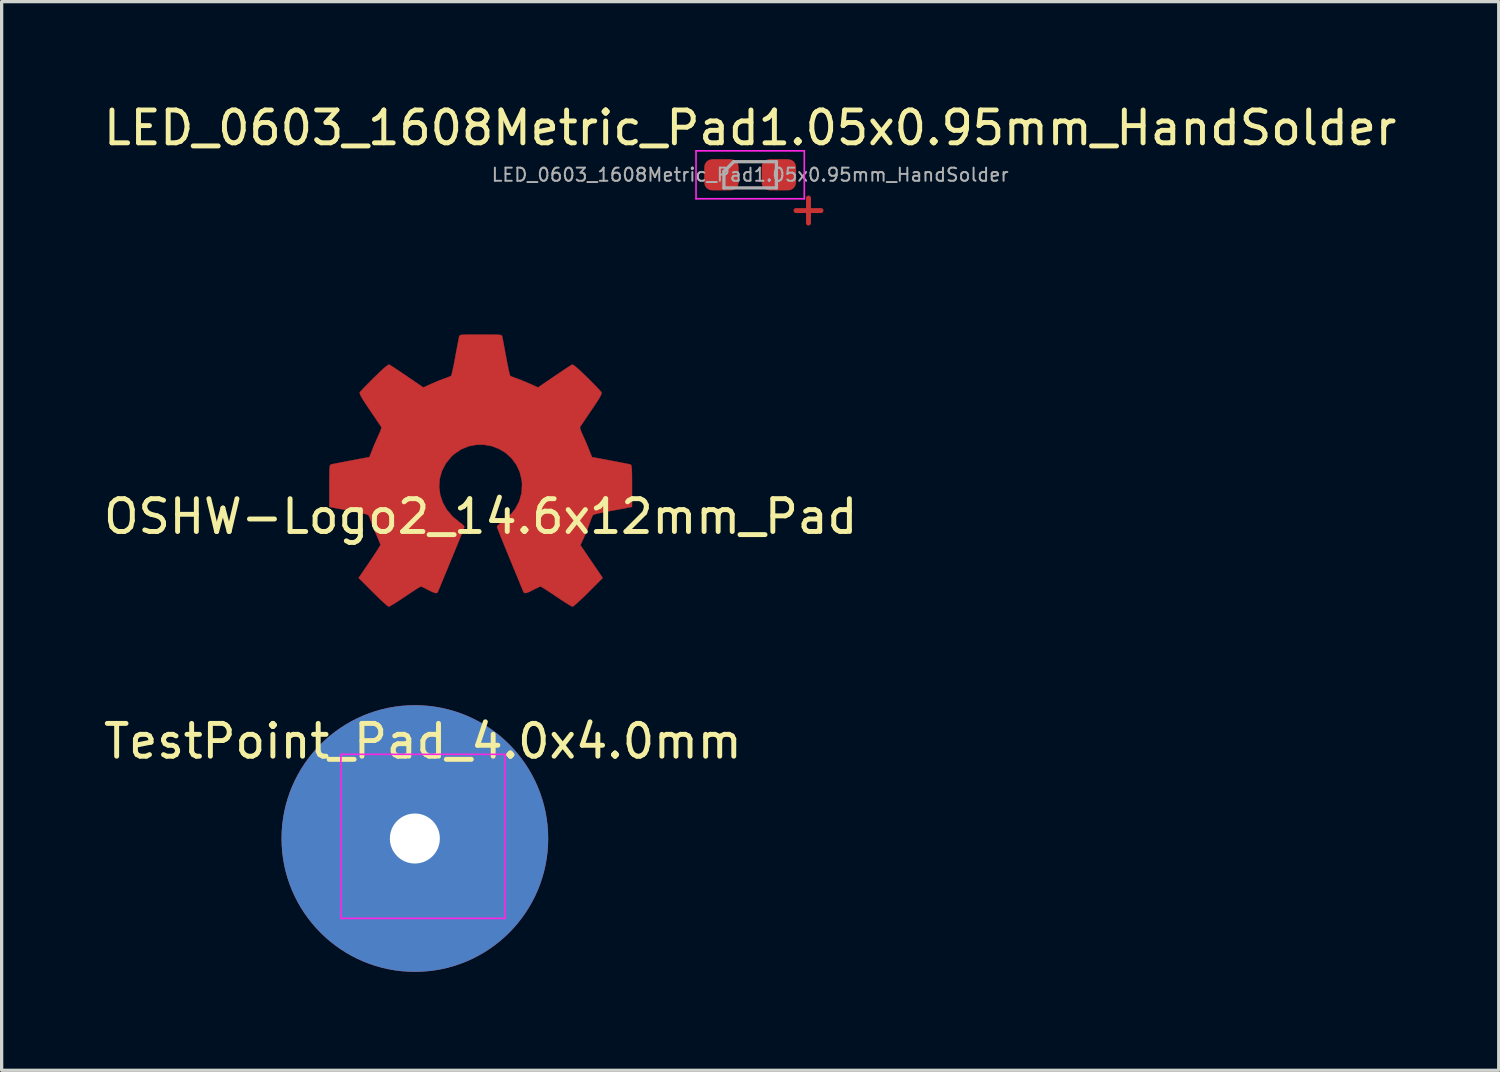
<source format=kicad_pcb>
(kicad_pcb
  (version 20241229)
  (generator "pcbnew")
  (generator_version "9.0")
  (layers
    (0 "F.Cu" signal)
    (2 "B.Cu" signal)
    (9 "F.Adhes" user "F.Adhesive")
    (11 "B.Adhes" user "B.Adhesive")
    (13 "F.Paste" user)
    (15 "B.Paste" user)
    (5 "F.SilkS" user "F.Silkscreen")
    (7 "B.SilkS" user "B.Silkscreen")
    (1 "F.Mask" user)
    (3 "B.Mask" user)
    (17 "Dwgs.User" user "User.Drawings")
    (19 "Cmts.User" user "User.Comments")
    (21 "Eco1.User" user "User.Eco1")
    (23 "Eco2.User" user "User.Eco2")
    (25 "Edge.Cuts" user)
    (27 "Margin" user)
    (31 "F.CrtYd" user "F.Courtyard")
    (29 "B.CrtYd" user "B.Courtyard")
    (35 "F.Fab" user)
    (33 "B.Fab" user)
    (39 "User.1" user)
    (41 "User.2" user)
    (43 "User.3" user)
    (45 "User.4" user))
  (footprint "OSHW-Logo2_14.6x12mm_Pad"
    (layer "F.Cu")
    (at 11.601 12.695)
    (property "Reference" "OSHW-Logo2_14.6x12mm_Pad" (at 0 0 180) (layer "F.SilkS") (effects (font (size 1 1) (thickness 0.15))))
    (attr exclude_from_pos_files exclude_from_bom)
    (fp_poly (pts (xy 0.209 -5.547) (xy 0.367 -5.546) (xy 0.481 -5.544) (xy 0.559 -5.539) (xy 0.609 -5.532) (xy 0.636 -5.521) (xy 0.65 -5.505) (xy 0.656 -5.484) (xy 0.657 -5.481) (xy 0.667 -5.433) (xy 0.686 -5.337) (xy 0.711 -5.204) (xy 0.741 -5.045) (xy 0.774 -4.868) (xy 0.775 -4.862) (xy 0.807 -4.689) (xy 0.838 -4.537) (xy 0.865 -4.413) (xy 0.885 -4.328) (xy 0.898 -4.291) (xy 0.898 -4.29) (xy 0.935 -4.272) (xy 1.011 -4.242) (xy 1.109 -4.206) (xy 1.109 -4.205) (xy 1.233 -4.159) (xy 1.379 -4.099) (xy 1.517 -4.04) (xy 1.523 -4.037) (xy 1.747 -3.935) (xy 2.244 -4.274) (xy 2.396 -4.377) (xy 2.534 -4.47) (xy 2.649 -4.546) (xy 2.735 -4.601) (xy 2.782 -4.629) (xy 2.786 -4.631) (xy 2.82 -4.621) (xy 2.884 -4.577) (xy 2.98 -4.495) (xy 3.11 -4.373) (xy 3.243 -4.244) (xy 3.372 -4.116) (xy 3.487 -4) (xy 3.581 -3.902) (xy 3.648 -3.829) (xy 3.681 -3.79) (xy 3.682 -3.788) (xy 3.686 -3.76) (xy 3.672 -3.716) (xy 3.638 -3.648) (xy 3.579 -3.551) (xy 3.493 -3.418) (xy 3.378 -3.248) (xy 3.276 -3.097) (xy 3.185 -2.963) (xy 3.11 -2.851) (xy 3.056 -2.771) (xy 3.029 -2.73) (xy 3.028 -2.727) (xy 3.031 -2.687) (xy 3.056 -2.61) (xy 3.098 -2.511) (xy 3.113 -2.479) (xy 3.178 -2.337) (xy 3.247 -2.176) (xy 3.304 -2.036) (xy 3.344 -1.933) (xy 3.377 -1.854) (xy 3.395 -1.813) (xy 3.397 -1.81) (xy 3.432 -1.805) (xy 3.513 -1.791) (xy 3.629 -1.769) (xy 3.771 -1.743) (xy 3.927 -1.713) (xy 4.087 -1.683) (xy 4.239 -1.653) (xy 4.374 -1.627) (xy 4.479 -1.606) (xy 4.546 -1.593) (xy 4.562 -1.589) (xy 4.579 -1.579) (xy 4.591 -1.557) (xy 4.6 -1.516) (xy 4.607 -1.449) (xy 4.61 -1.347) (xy 4.612 -1.204) (xy 4.613 -1.013) (xy 4.613 -0.934) (xy 4.613 -0.296) (xy 4.46 -0.266) (xy 4.374 -0.249) (xy 4.247 -0.225) (xy 4.093 -0.197) (xy 3.929 -0.167) (xy 3.883 -0.158) (xy 3.731 -0.129) (xy 3.598 -0.1) (xy 3.497 -0.074) (xy 3.437 -0.054) (xy 3.427 -0.048) (xy 3.402 -0.005) (xy 3.367 0.076) (xy 3.328 0.182) (xy 3.32 0.204) (xy 3.269 0.345) (xy 3.206 0.504) (xy 3.144 0.646) (xy 3.144 0.647) (xy 3.04 0.87) (xy 3.72 1.87) (xy 3.284 2.307) (xy 3.152 2.437) (xy 3.031 2.552) (xy 2.929 2.645) (xy 2.852 2.711) (xy 2.807 2.742) (xy 2.801 2.744) (xy 2.763 2.729) (xy 2.686 2.684) (xy 2.577 2.617) (xy 2.447 2.533) (xy 2.305 2.438) (xy 2.161 2.341) (xy 2.033 2.257) (xy 1.929 2.19) (xy 1.857 2.147) (xy 1.824 2.131) (xy 1.785 2.144) (xy 1.71 2.179) (xy 1.614 2.227) (xy 1.604 2.233) (xy 1.476 2.297) (xy 1.389 2.328) (xy 1.334 2.329) (xy 1.306 2.3) (xy 1.305 2.299) (xy 1.291 2.264) (xy 1.257 2.182) (xy 1.206 2.059) (xy 1.141 1.9) (xy 1.064 1.714) (xy 0.977 1.505) (xy 0.894 1.302) (xy 0.802 1.079) (xy 0.717 0.872) (xy 0.643 0.688) (xy 0.581 0.533) (xy 0.534 0.414) (xy 0.505 0.336) (xy 0.496 0.307) (xy 0.519 0.274) (xy 0.577 0.221) (xy 0.656 0.163) (xy 0.879 -0.022) (xy 1.053 -0.234) (xy 1.176 -0.468) (xy 1.247 -0.721) (xy 1.262 -0.987) (xy 1.251 -1.109) (xy 1.189 -1.364) (xy 1.082 -1.589) (xy 0.937 -1.782) (xy 0.76 -1.941) (xy 0.559 -2.063) (xy 0.339 -2.147) (xy 0.107 -2.19) (xy -0.13 -2.189) (xy -0.365 -2.144) (xy -0.592 -2.05) (xy -0.804 -1.907) (xy -0.892 -1.827) (xy -1.062 -1.619) (xy -1.18 -1.392) (xy -1.248 -1.153) (xy -1.265 -0.907) (xy -1.233 -0.662) (xy -1.153 -0.424) (xy -1.025 -0.2) (xy -0.851 0.003) (xy -0.656 0.163) (xy -0.574 0.224) (xy -0.517 0.276) (xy -0.496 0.307) (xy -0.507 0.342) (xy -0.538 0.423) (xy -0.586 0.546) (xy -0.649 0.704) (xy -0.725 0.891) (xy -0.81 1.099) (xy -0.894 1.302) (xy -0.986 1.526) (xy -1.072 1.733) (xy -1.148 1.917) (xy -1.212 2.072) (xy -1.262 2.192) (xy -1.294 2.27) (xy -1.306 2.299) (xy -1.334 2.329) (xy -1.388 2.329) (xy -1.476 2.297) (xy -1.603 2.233) (xy -1.604 2.233) (xy -1.701 2.183) (xy -1.778 2.147) (xy -1.822 2.131) (xy -1.824 2.131) (xy -1.857 2.147) (xy -1.93 2.191) (xy -2.035 2.258) (xy -2.163 2.342) (xy -2.305 2.438) (xy -2.45 2.535) (xy -2.58 2.619) (xy -2.688 2.686) (xy -2.764 2.729) (xy -2.801 2.744) (xy -2.835 2.724) (xy -2.902 2.669) (xy -2.997 2.584) (xy -3.112 2.475) (xy -3.242 2.349) (xy -3.284 2.307) (xy -3.72 1.87) (xy -3.388 1.382) (xy -3.287 1.233) (xy -3.198 1.098) (xy -3.127 0.987) (xy -3.078 0.907) (xy -3.056 0.865) (xy -3.056 0.862) (xy -3.067 0.823) (xy -3.098 0.744) (xy -3.143 0.639) (xy -3.174 0.568) (xy -3.233 0.433) (xy -3.289 0.296) (xy -3.332 0.181) (xy -3.343 0.146) (xy -3.376 0.052) (xy -3.409 -0.02) (xy -3.427 -0.048) (xy -3.466 -0.064) (xy -3.552 -0.088) (xy -3.673 -0.116) (xy -3.818 -0.146) (xy -3.883 -0.158) (xy -4.048 -0.189) (xy -4.206 -0.218) (xy -4.343 -0.243) (xy -4.441 -0.262) (xy -4.46 -0.266) (xy -4.613 -0.296) (xy -4.613 -0.934) (xy -4.613 -1.144) (xy -4.611 -1.303) (xy -4.608 -1.418) (xy -4.603 -1.497) (xy -4.595 -1.546) (xy -4.583 -1.573) (xy -4.568 -1.586) (xy -4.562 -1.589) (xy -4.524 -1.597) (xy -4.44 -1.614) (xy -4.321 -1.637) (xy -4.178 -1.665) (xy -4.022 -1.695) (xy -3.862 -1.725) (xy -3.711 -1.754) (xy -3.578 -1.779) (xy -3.475 -1.797) (xy -3.412 -1.808) (xy -3.397 -1.81) (xy -3.385 -1.835) (xy -3.357 -1.902) (xy -3.318 -1.999) (xy -3.304 -2.036) (xy -3.245 -2.182) (xy -3.175 -2.343) (xy -3.113 -2.479) (xy -3.067 -2.582) (xy -3.036 -2.668) (xy -3.026 -2.72) (xy -3.028 -2.727) (xy -3.049 -2.76) (xy -3.098 -2.833) (xy -3.17 -2.939) (xy -3.258 -3.07) (xy -3.359 -3.218) (xy -3.379 -3.247) (xy -3.495 -3.42) (xy -3.581 -3.552) (xy -3.639 -3.648) (xy -3.673 -3.716) (xy -3.686 -3.76) (xy -3.683 -3.787) (xy -3.683 -3.787) (xy -3.654 -3.823) (xy -3.59 -3.893) (xy -3.498 -3.988) (xy -3.385 -4.103) (xy -3.258 -4.23) (xy -3.243 -4.244) (xy -3.083 -4.399) (xy -2.959 -4.513) (xy -2.87 -4.588) (xy -2.812 -4.626) (xy -2.786 -4.631) (xy -2.749 -4.609) (xy -2.671 -4.56) (xy -2.562 -4.488) (xy -2.428 -4.399) (xy -2.279 -4.298) (xy -2.244 -4.274) (xy -1.747 -3.935) (xy -1.523 -4.037) (xy -1.387 -4.096) (xy -1.241 -4.156) (xy -1.115 -4.203) (xy -1.109 -4.205) (xy -1.011 -4.241) (xy -0.935 -4.272) (xy -0.898 -4.29) (xy -0.898 -4.29) (xy -0.886 -4.323) (xy -0.867 -4.405) (xy -0.84 -4.525) (xy -0.81 -4.676) (xy -0.777 -4.848) (xy -0.775 -4.862) (xy -0.742 -5.039) (xy -0.712 -5.199) (xy -0.686 -5.333) (xy -0.667 -5.43) (xy -0.657 -5.481) (xy -0.657 -5.481) (xy -0.651 -5.503) (xy -0.638 -5.519) (xy -0.613 -5.531) (xy -0.566 -5.539) (xy -0.492 -5.543) (xy -0.382 -5.546) (xy -0.229 -5.547) (xy -0.026 -5.547) (xy 0 -5.547) (xy 0.209 -5.547)) (stroke (width 0.01) (type solid)) (fill yes) (layer "F.Cu"))
    (fp_poly (pts (xy 0.209 -5.547) (xy 0.367 -5.546) (xy 0.481 -5.544) (xy 0.559 -5.539) (xy 0.609 -5.532) (xy 0.636 -5.521) (xy 0.65 -5.505) (xy 0.656 -5.484) (xy 0.657 -5.481) (xy 0.667 -5.433) (xy 0.686 -5.337) (xy 0.711 -5.204) (xy 0.741 -5.045) (xy 0.774 -4.868) (xy 0.775 -4.862) (xy 0.807 -4.689) (xy 0.838 -4.537) (xy 0.865 -4.413) (xy 0.885 -4.328) (xy 0.898 -4.291) (xy 0.898 -4.29) (xy 0.935 -4.272) (xy 1.011 -4.242) (xy 1.109 -4.206) (xy 1.109 -4.205) (xy 1.233 -4.159) (xy 1.379 -4.099) (xy 1.517 -4.04) (xy 1.523 -4.037) (xy 1.747 -3.935) (xy 2.244 -4.274) (xy 2.396 -4.377) (xy 2.534 -4.47) (xy 2.649 -4.546) (xy 2.735 -4.601) (xy 2.782 -4.629) (xy 2.786 -4.631) (xy 2.82 -4.621) (xy 2.884 -4.577) (xy 2.98 -4.495) (xy 3.11 -4.373) (xy 3.243 -4.244) (xy 3.372 -4.116) (xy 3.487 -4) (xy 3.581 -3.902) (xy 3.648 -3.829) (xy 3.681 -3.79) (xy 3.682 -3.788) (xy 3.686 -3.76) (xy 3.672 -3.716) (xy 3.638 -3.648) (xy 3.579 -3.551) (xy 3.493 -3.418) (xy 3.378 -3.248) (xy 3.276 -3.097) (xy 3.185 -2.963) (xy 3.11 -2.851) (xy 3.056 -2.771) (xy 3.029 -2.73) (xy 3.028 -2.727) (xy 3.031 -2.687) (xy 3.056 -2.61) (xy 3.098 -2.511) (xy 3.113 -2.479) (xy 3.178 -2.337) (xy 3.247 -2.176) (xy 3.304 -2.036) (xy 3.344 -1.933) (xy 3.377 -1.854) (xy 3.395 -1.813) (xy 3.397 -1.81) (xy 3.432 -1.805) (xy 3.513 -1.791) (xy 3.629 -1.769) (xy 3.771 -1.743) (xy 3.927 -1.713) (xy 4.087 -1.683) (xy 4.239 -1.653) (xy 4.374 -1.627) (xy 4.479 -1.606) (xy 4.546 -1.593) (xy 4.562 -1.589) (xy 4.579 -1.579) (xy 4.591 -1.557) (xy 4.6 -1.516) (xy 4.607 -1.449) (xy 4.61 -1.347) (xy 4.612 -1.204) (xy 4.613 -1.013) (xy 4.613 -0.934) (xy 4.613 -0.296) (xy 4.46 -0.266) (xy 4.374 -0.249) (xy 4.247 -0.225) (xy 4.093 -0.197) (xy 3.929 -0.167) (xy 3.883 -0.158) (xy 3.731 -0.129) (xy 3.598 -0.1) (xy 3.497 -0.074) (xy 3.437 -0.054) (xy 3.427 -0.048) (xy 3.402 -0.005) (xy 3.367 0.076) (xy 3.328 0.182) (xy 3.32 0.204) (xy 3.269 0.345) (xy 3.206 0.504) (xy 3.144 0.646) (xy 3.144 0.647) (xy 3.04 0.87) (xy 3.72 1.87) (xy 3.284 2.307) (xy 3.152 2.437) (xy 3.031 2.552) (xy 2.929 2.645) (xy 2.852 2.711) (xy 2.807 2.742) (xy 2.801 2.744) (xy 2.763 2.729) (xy 2.686 2.684) (xy 2.577 2.617) (xy 2.447 2.533) (xy 2.305 2.438) (xy 2.161 2.341) (xy 2.033 2.257) (xy 1.929 2.19) (xy 1.857 2.147) (xy 1.824 2.131) (xy 1.785 2.144) (xy 1.71 2.179) (xy 1.614 2.227) (xy 1.604 2.233) (xy 1.476 2.297) (xy 1.389 2.328) (xy 1.334 2.329) (xy 1.306 2.3) (xy 1.305 2.299) (xy 1.291 2.264) (xy 1.257 2.182) (xy 1.206 2.059) (xy 1.141 1.9) (xy 1.064 1.714) (xy 0.977 1.505) (xy 0.894 1.302) (xy 0.802 1.079) (xy 0.717 0.872) (xy 0.643 0.688) (xy 0.581 0.533) (xy 0.534 0.414) (xy 0.505 0.336) (xy 0.496 0.307) (xy 0.519 0.274) (xy 0.577 0.221) (xy 0.656 0.163) (xy 0.879 -0.022) (xy 1.053 -0.234) (xy 1.176 -0.468) (xy 1.247 -0.721) (xy 1.262 -0.987) (xy 1.251 -1.109) (xy 1.189 -1.364) (xy 1.082 -1.589) (xy 0.937 -1.782) (xy 0.76 -1.941) (xy 0.559 -2.063) (xy 0.339 -2.147) (xy 0.107 -2.19) (xy -0.13 -2.189) (xy -0.365 -2.144) (xy -0.592 -2.05) (xy -0.804 -1.907) (xy -0.892 -1.827) (xy -1.062 -1.619) (xy -1.18 -1.392) (xy -1.248 -1.153) (xy -1.265 -0.907) (xy -1.233 -0.662) (xy -1.153 -0.424) (xy -1.025 -0.2) (xy -0.851 0.003) (xy -0.656 0.163) (xy -0.574 0.224) (xy -0.517 0.276) (xy -0.496 0.307) (xy -0.507 0.342) (xy -0.538 0.423) (xy -0.586 0.546) (xy -0.649 0.704) (xy -0.725 0.891) (xy -0.81 1.099) (xy -0.894 1.302) (xy -0.986 1.526) (xy -1.072 1.733) (xy -1.148 1.917) (xy -1.212 2.072) (xy -1.262 2.192) (xy -1.294 2.27) (xy -1.306 2.299) (xy -1.334 2.329) (xy -1.388 2.329) (xy -1.476 2.297) (xy -1.603 2.233) (xy -1.604 2.233) (xy -1.701 2.183) (xy -1.778 2.147) (xy -1.822 2.131) (xy -1.824 2.131) (xy -1.857 2.147) (xy -1.93 2.191) (xy -2.035 2.258) (xy -2.163 2.342) (xy -2.305 2.438) (xy -2.45 2.535) (xy -2.58 2.619) (xy -2.688 2.686) (xy -2.764 2.729) (xy -2.801 2.744) (xy -2.835 2.724) (xy -2.902 2.669) (xy -2.997 2.584) (xy -3.112 2.475) (xy -3.242 2.349) (xy -3.284 2.307) (xy -3.72 1.87) (xy -3.388 1.382) (xy -3.287 1.233) (xy -3.198 1.098) (xy -3.127 0.987) (xy -3.078 0.907) (xy -3.056 0.865) (xy -3.056 0.862) (xy -3.067 0.823) (xy -3.098 0.744) (xy -3.143 0.639) (xy -3.174 0.568) (xy -3.233 0.433) (xy -3.289 0.296) (xy -3.332 0.181) (xy -3.343 0.146) (xy -3.376 0.052) (xy -3.409 -0.02) (xy -3.427 -0.048) (xy -3.466 -0.064) (xy -3.552 -0.088) (xy -3.673 -0.116) (xy -3.818 -0.146) (xy -3.883 -0.158) (xy -4.048 -0.189) (xy -4.206 -0.218) (xy -4.343 -0.243) (xy -4.441 -0.262) (xy -4.46 -0.266) (xy -4.613 -0.296) (xy -4.613 -0.934) (xy -4.613 -1.144) (xy -4.611 -1.303) (xy -4.608 -1.418) (xy -4.603 -1.497) (xy -4.595 -1.546) (xy -4.583 -1.573) (xy -4.568 -1.586) (xy -4.562 -1.589) (xy -4.524 -1.597) (xy -4.44 -1.614) (xy -4.321 -1.637) (xy -4.178 -1.665) (xy -4.022 -1.695) (xy -3.862 -1.725) (xy -3.711 -1.754) (xy -3.578 -1.779) (xy -3.475 -1.797) (xy -3.412 -1.808) (xy -3.397 -1.81) (xy -3.385 -1.835) (xy -3.357 -1.902) (xy -3.318 -1.999) (xy -3.304 -2.036) (xy -3.245 -2.182) (xy -3.175 -2.343) (xy -3.113 -2.479) (xy -3.067 -2.582) (xy -3.036 -2.668) (xy -3.026 -2.72) (xy -3.028 -2.727) (xy -3.049 -2.76) (xy -3.098 -2.833) (xy -3.17 -2.939) (xy -3.258 -3.07) (xy -3.359 -3.218) (xy -3.379 -3.247) (xy -3.495 -3.42) (xy -3.581 -3.552) (xy -3.639 -3.648) (xy -3.673 -3.716) (xy -3.686 -3.76) (xy -3.683 -3.787) (xy -3.683 -3.787) (xy -3.654 -3.823) (xy -3.59 -3.893) (xy -3.498 -3.988) (xy -3.385 -4.103) (xy -3.258 -4.23) (xy -3.243 -4.244) (xy -3.083 -4.399) (xy -2.959 -4.513) (xy -2.87 -4.588) (xy -2.812 -4.626) (xy -2.786 -4.631) (xy -2.749 -4.609) (xy -2.671 -4.56) (xy -2.562 -4.488) (xy -2.428 -4.399) (xy -2.279 -4.298) (xy -2.244 -4.274) (xy -1.747 -3.935) (xy -1.523 -4.037) (xy -1.387 -4.096) (xy -1.241 -4.156) (xy -1.115 -4.203) (xy -1.109 -4.205) (xy -1.011 -4.241) (xy -0.935 -4.272) (xy -0.898 -4.29) (xy -0.898 -4.29) (xy -0.886 -4.323) (xy -0.867 -4.405) (xy -0.84 -4.525) (xy -0.81 -4.676) (xy -0.777 -4.848) (xy -0.775 -4.862) (xy -0.742 -5.039) (xy -0.712 -5.199) (xy -0.686 -5.333) (xy -0.667 -5.43) (xy -0.657 -5.481) (xy -0.657 -5.481) (xy -0.651 -5.503) (xy -0.638 -5.519) (xy -0.613 -5.531) (xy -0.566 -5.539) (xy -0.492 -5.543) (xy -0.382 -5.546) (xy -0.229 -5.547) (xy -0.026 -5.547) (xy 0 -5.547) (xy 0.209 -5.547)) (stroke (width 0.01) (type solid)) (fill yes) (layer "F.Mask"))
    (pad "1" smd circle (at 0 -3.4) (size 1.5 1.5) (layers "F.Cu" "F.Mask")))
  (footprint "TestPoint_Pad_4.0x4.0mm"
    (layer "F.Cu")
    (at 9.839 22.442)
    (property "Reference" "TestPoint_Pad_4.0x4.0mm" (at 0 -2.898 0) (layer "F.SilkS") (effects (font (size 1 1) (thickness 0.15))))
    (attr exclude_from_pos_files exclude_from_bom)
    (fp_line (start -2.5 -2.5) (end -2.5 2.5) (stroke (width 0.05) (type solid)) (layer "F.CrtYd"))
    (fp_line (start -2.5 -2.5) (end 2.5 -2.5) (stroke (width 0.05) (type solid)) (layer "F.CrtYd"))
    (fp_line (start 2.5 2.5) (end -2.5 2.5) (stroke (width 0.05) (type solid)) (layer "F.CrtYd"))
    (fp_line (start 2.5 2.5) (end 2.5 -2.5) (stroke (width 0.05) (type solid)) (layer "F.CrtYd"))
    (pad "1" thru_hole circle (at -0.244 0.066) (size 8.128 8.128) (drill 1.524) (layers "*.Cu" "*.Mask")))
  (footprint "LED_0603_1608Metric_Pad1.05x0.95mm_HandSolder"
    (layer "F.Cu")
    (at 19.815 2.278)
    (property "Reference" "LED_0603_1608Metric_Pad1.05x0.95mm_HandSolder" (at 0 -1.43 180) (layer "F.SilkS") (effects (font (size 1 1) (thickness 0.15))))
    (attr smd)
    (fp_line (start -1.65 -0.73) (end 1.65 -0.73) (stroke (width 0.05) (type solid)) (layer "F.CrtYd"))
    (fp_line (start -1.65 0.73) (end -1.65 -0.73) (stroke (width 0.05) (type solid)) (layer "F.CrtYd"))
    (fp_line (start 1.65 -0.73) (end 1.65 0.73) (stroke (width 0.05) (type solid)) (layer "F.CrtYd"))
    (fp_line (start 1.65 0.73) (end -1.65 0.73) (stroke (width 0.05) (type solid)) (layer "F.CrtYd"))
    (fp_line (start -0.8 -0.1) (end -0.8 0.4) (stroke (width 0.1) (type solid)) (layer "F.Fab"))
    (fp_line (start -0.8 0.4) (end 0.8 0.4) (stroke (width 0.1) (type solid)) (layer "F.Fab"))
    (fp_line (start -0.5 -0.4) (end -0.8 -0.1) (stroke (width 0.1) (type solid)) (layer "F.Fab"))
    (fp_line (start 0.8 -0.4) (end -0.5 -0.4) (stroke (width 0.1) (type solid)) (layer "F.Fab"))
    (fp_line (start 0.8 0.4) (end 0.8 -0.4) (stroke (width 0.1) (type solid)) (layer "F.Fab"))
    (fp_text user "+" (at 1.778 1.016 180) (layer "F.Cu") (effects (font (size 1 1) (thickness 0.15))))
    (fp_text user "${REFERENCE}" (at 0 0 180) (layer "F.Fab") (effects (font (size 0.4 0.4) (thickness 0.06))))
    (pad "1" smd roundrect (at -0.875 0) (size 1.05 0.95) (layers "F.Cu" "F.Mask" "F.Paste") (roundrect_rratio 0.25))
    (pad "2" smd roundrect (at 0.875 0) (size 1.05 0.95) (layers "F.Cu" "F.Mask" "F.Paste") (roundrect_rratio 0.25)))
  (gr_rect
    (start -3 -3)
    (end 42.631 29.572)
    (stroke (width 0.1) (type default))
    (fill no)
    (layer "Edge.Cuts")))
</source>
